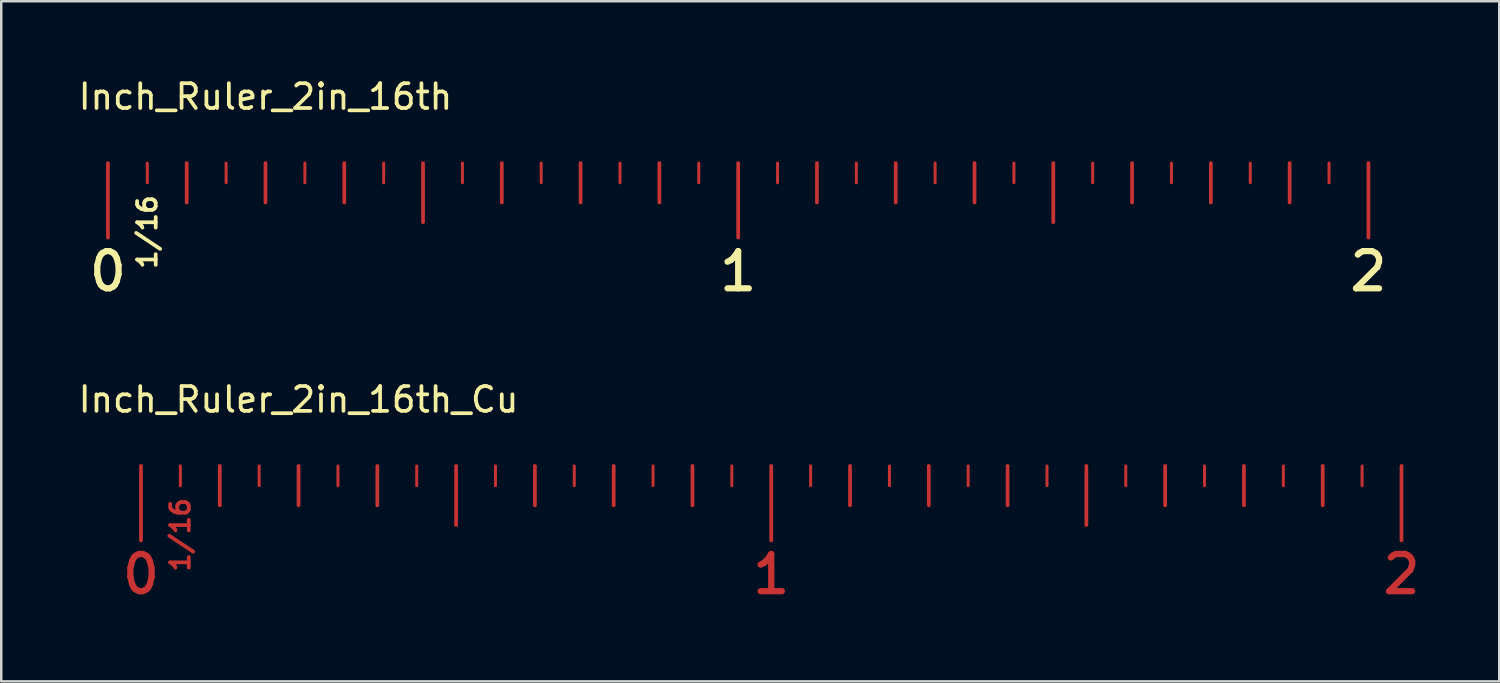
<source format=kicad_pcb>
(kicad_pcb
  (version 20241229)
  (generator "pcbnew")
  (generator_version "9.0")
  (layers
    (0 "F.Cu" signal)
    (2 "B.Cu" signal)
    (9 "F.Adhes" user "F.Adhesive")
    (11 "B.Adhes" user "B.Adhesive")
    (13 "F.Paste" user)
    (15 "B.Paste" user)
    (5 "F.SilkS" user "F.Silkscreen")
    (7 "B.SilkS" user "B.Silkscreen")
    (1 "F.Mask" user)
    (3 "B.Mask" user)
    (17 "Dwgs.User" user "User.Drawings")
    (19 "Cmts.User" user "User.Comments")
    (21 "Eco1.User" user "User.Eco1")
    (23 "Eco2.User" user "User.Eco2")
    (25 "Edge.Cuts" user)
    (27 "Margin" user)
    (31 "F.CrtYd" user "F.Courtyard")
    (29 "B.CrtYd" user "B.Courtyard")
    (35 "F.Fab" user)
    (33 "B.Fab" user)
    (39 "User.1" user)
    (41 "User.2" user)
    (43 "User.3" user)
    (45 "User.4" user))
  (footprint "Inch_Ruler_2in_16th"
    (layer "F.Cu")
    (at 1.299 3.523)
    (property "Reference" "Inch_Ruler_2in_16th" (at 6.35 -2.675 0) (layer "F.SilkS") (effects (font (size 1 1) (thickness 0.15))))
    (attr through_hole)
    (fp_line (start 0 0) (end 0 3) (stroke (width 0.15) (type solid)) (layer "F.Cu"))
    (fp_line (start 1.587 0) (end 1.587 0.794) (stroke (width 0.12) (type solid)) (layer "F.Cu"))
    (fp_line (start 3.175 0) (end 3.175 1.587) (stroke (width 0.15) (type solid)) (layer "F.Cu"))
    (fp_line (start 4.763 0) (end 4.763 0.794) (stroke (width 0.12) (type solid)) (layer "F.Cu"))
    (fp_line (start 6.35 0) (end 6.35 1.587) (stroke (width 0.15) (type solid)) (layer "F.Cu"))
    (fp_line (start 7.938 0) (end 7.938 0.794) (stroke (width 0.12) (type solid)) (layer "F.Cu"))
    (fp_line (start 9.525 0) (end 9.525 1.587) (stroke (width 0.15) (type solid)) (layer "F.Cu"))
    (fp_line (start 11.113 0) (end 11.113 0.794) (stroke (width 0.12) (type solid)) (layer "F.Cu"))
    (fp_line (start 12.7 0) (end 12.7 2.381) (stroke (width 0.15) (type solid)) (layer "F.Cu"))
    (fp_line (start 14.287 0) (end 14.287 0.794) (stroke (width 0.12) (type solid)) (layer "F.Cu"))
    (fp_line (start 15.875 0) (end 15.875 1.587) (stroke (width 0.15) (type solid)) (layer "F.Cu"))
    (fp_line (start 17.462 0) (end 17.462 0.794) (stroke (width 0.12) (type solid)) (layer "F.Cu"))
    (fp_line (start 19.05 0) (end 19.05 1.587) (stroke (width 0.15) (type solid)) (layer "F.Cu"))
    (fp_line (start 20.637 0) (end 20.637 0.794) (stroke (width 0.12) (type solid)) (layer "F.Cu"))
    (fp_line (start 22.225 0) (end 22.225 1.587) (stroke (width 0.15) (type solid)) (layer "F.Cu"))
    (fp_line (start 23.812 0) (end 23.812 0.794) (stroke (width 0.12) (type solid)) (layer "F.Cu"))
    (fp_line (start 25.4 0) (end 25.4 3) (stroke (width 0.15) (type solid)) (layer "F.Cu"))
    (fp_line (start 26.988 0) (end 26.988 0.794) (stroke (width 0.12) (type solid)) (layer "F.Cu"))
    (fp_line (start 28.575 0) (end 28.575 1.587) (stroke (width 0.15) (type solid)) (layer "F.Cu"))
    (fp_line (start 30.163 0) (end 30.163 0.794) (stroke (width 0.12) (type solid)) (layer "F.Cu"))
    (fp_line (start 31.75 0) (end 31.75 1.587) (stroke (width 0.15) (type solid)) (layer "F.Cu"))
    (fp_line (start 33.337 0) (end 33.337 0.794) (stroke (width 0.12) (type solid)) (layer "F.Cu"))
    (fp_line (start 34.925 0) (end 34.925 1.587) (stroke (width 0.15) (type solid)) (layer "F.Cu"))
    (fp_line (start 36.513 0) (end 36.513 0.794) (stroke (width 0.12) (type solid)) (layer "F.Cu"))
    (fp_line (start 38.1 0) (end 38.1 2.381) (stroke (width 0.15) (type solid)) (layer "F.Cu"))
    (fp_line (start 39.688 0) (end 39.688 0.794) (stroke (width 0.12) (type solid)) (layer "F.Cu"))
    (fp_line (start 41.275 0) (end 41.275 1.587) (stroke (width 0.15) (type solid)) (layer "F.Cu"))
    (fp_line (start 42.862 0) (end 42.862 0.794) (stroke (width 0.12) (type solid)) (layer "F.Cu"))
    (fp_line (start 44.45 0) (end 44.45 1.587) (stroke (width 0.15) (type solid)) (layer "F.Cu"))
    (fp_line (start 46.038 0) (end 46.038 0.794) (stroke (width 0.12) (type solid)) (layer "F.Cu"))
    (fp_line (start 47.625 0) (end 47.625 1.587) (stroke (width 0.15) (type solid)) (layer "F.Cu"))
    (fp_line (start 49.212 0) (end 49.212 0.794) (stroke (width 0.12) (type solid)) (layer "F.Cu"))
    (fp_line (start 50.8 0) (end 50.8 3) (stroke (width 0.15) (type solid)) (layer "F.Cu"))
    (fp_line (start 0 0) (end 0 3) (stroke (width 0.15) (type solid)) (layer "F.Mask"))
    (fp_line (start 1.587 0) (end 1.587 0.794) (stroke (width 0.15) (type solid)) (layer "F.Mask"))
    (fp_line (start 3.175 0) (end 3.175 1.587) (stroke (width 0.15) (type solid)) (layer "F.Mask"))
    (fp_line (start 4.763 0) (end 4.763 0.794) (stroke (width 0.12) (type solid)) (layer "F.Mask"))
    (fp_line (start 6.35 0) (end 6.35 1.587) (stroke (width 0.15) (type solid)) (layer "F.Mask"))
    (fp_line (start 7.938 0) (end 7.938 0.794) (stroke (width 0.12) (type solid)) (layer "F.Mask"))
    (fp_line (start 9.525 0) (end 9.525 1.587) (stroke (width 0.15) (type solid)) (layer "F.Mask"))
    (fp_line (start 11.113 0) (end 11.113 0.794) (stroke (width 0.12) (type solid)) (layer "F.Mask"))
    (fp_line (start 12.7 0) (end 12.7 2.381) (stroke (width 0.15) (type solid)) (layer "F.Mask"))
    (fp_line (start 14.287 0) (end 14.287 0.794) (stroke (width 0.12) (type solid)) (layer "F.Mask"))
    (fp_line (start 15.875 0) (end 15.875 1.587) (stroke (width 0.15) (type solid)) (layer "F.Mask"))
    (fp_line (start 17.462 0) (end 17.462 0.794) (stroke (width 0.12) (type solid)) (layer "F.Mask"))
    (fp_line (start 19.05 0) (end 19.05 1.587) (stroke (width 0.15) (type solid)) (layer "F.Mask"))
    (fp_line (start 20.637 0) (end 20.637 0.794) (stroke (width 0.12) (type solid)) (layer "F.Mask"))
    (fp_line (start 22.225 0) (end 22.225 1.587) (stroke (width 0.15) (type solid)) (layer "F.Mask"))
    (fp_line (start 23.812 0) (end 23.812 0.794) (stroke (width 0.12) (type solid)) (layer "F.Mask"))
    (fp_line (start 25.4 0) (end 25.4 3) (stroke (width 0.15) (type solid)) (layer "F.Mask"))
    (fp_line (start 26.988 0) (end 26.988 0.794) (stroke (width 0.12) (type solid)) (layer "F.Mask"))
    (fp_line (start 28.575 0) (end 28.575 1.587) (stroke (width 0.15) (type solid)) (layer "F.Mask"))
    (fp_line (start 30.163 0) (end 30.163 0.794) (stroke (width 0.12) (type solid)) (layer "F.Mask"))
    (fp_line (start 31.75 0) (end 31.75 1.587) (stroke (width 0.15) (type solid)) (layer "F.Mask"))
    (fp_line (start 33.337 0) (end 33.337 0.794) (stroke (width 0.12) (type solid)) (layer "F.Mask"))
    (fp_line (start 34.925 0) (end 34.925 1.587) (stroke (width 0.15) (type solid)) (layer "F.Mask"))
    (fp_line (start 36.513 0) (end 36.513 0.794) (stroke (width 0.12) (type solid)) (layer "F.Mask"))
    (fp_line (start 38.1 0) (end 38.1 2.381) (stroke (width 0.15) (type solid)) (layer "F.Mask"))
    (fp_line (start 39.688 0) (end 39.688 0.794) (stroke (width 0.12) (type solid)) (layer "F.Mask"))
    (fp_line (start 41.275 0) (end 41.275 1.587) (stroke (width 0.15) (type solid)) (layer "F.Mask"))
    (fp_line (start 42.862 0) (end 42.862 0.794) (stroke (width 0.12) (type solid)) (layer "F.Mask"))
    (fp_line (start 44.45 0) (end 44.45 1.587) (stroke (width 0.15) (type solid)) (layer "F.Mask"))
    (fp_line (start 46.038 0) (end 46.038 0.794) (stroke (width 0.12) (type solid)) (layer "F.Mask"))
    (fp_line (start 47.625 0) (end 47.625 1.587) (stroke (width 0.15) (type solid)) (layer "F.Mask"))
    (fp_line (start 49.212 0) (end 49.212 0.794) (stroke (width 0.12) (type solid)) (layer "F.Mask"))
    (fp_line (start 50.8 0) (end 50.8 3) (stroke (width 0.15) (type solid)) (layer "F.Mask"))
    (fp_text user "1" (at 25.4 4.366 0) (layer "F.SilkS") (effects (font (size 1.5 1.5) (thickness 0.25))))
    (fp_text user "0" (at 0 4.366 0) (layer "F.SilkS") (effects (font (size 1.5 1.5) (thickness 0.25))))
    (fp_text user "2" (at 50.8 4.366 0) (layer "F.SilkS") (effects (font (size 1.5 1.5) (thickness 0.25))))
    (fp_text user "1/16" (at 1.587 2.778 90) (layer "F.SilkS") (effects (font (size 0.75 0.75) (thickness 0.15)))))
  (footprint "Inch_Ruler_2in_16th_Cu"
    (layer "F.Cu")
    (at 2.632 15.728)
    (property "Reference" "Inch_Ruler_2in_16th_Cu" (at 6.35 -2.675 0) (layer "F.SilkS") (effects (font (size 1 1) (thickness 0.15))))
    (attr through_hole)
    (fp_line (start 0 0) (end 0 3) (stroke (width 0.15) (type solid)) (layer "F.Cu"))
    (fp_line (start 1.587 0) (end 1.587 0.794) (stroke (width 0.12) (type solid)) (layer "F.Cu"))
    (fp_line (start 3.175 0) (end 3.175 1.587) (stroke (width 0.15) (type solid)) (layer "F.Cu"))
    (fp_line (start 4.763 0) (end 4.763 0.794) (stroke (width 0.12) (type solid)) (layer "F.Cu"))
    (fp_line (start 6.35 0) (end 6.35 1.587) (stroke (width 0.15) (type solid)) (layer "F.Cu"))
    (fp_line (start 7.938 0) (end 7.938 0.794) (stroke (width 0.12) (type solid)) (layer "F.Cu"))
    (fp_line (start 9.525 0) (end 9.525 1.587) (stroke (width 0.15) (type solid)) (layer "F.Cu"))
    (fp_line (start 11.113 0) (end 11.113 0.794) (stroke (width 0.12) (type solid)) (layer "F.Cu"))
    (fp_line (start 12.7 0) (end 12.7 2.381) (stroke (width 0.15) (type solid)) (layer "F.Cu"))
    (fp_line (start 14.287 0) (end 14.287 0.794) (stroke (width 0.12) (type solid)) (layer "F.Cu"))
    (fp_line (start 15.875 0) (end 15.875 1.587) (stroke (width 0.15) (type solid)) (layer "F.Cu"))
    (fp_line (start 17.462 0) (end 17.462 0.794) (stroke (width 0.12) (type solid)) (layer "F.Cu"))
    (fp_line (start 19.05 0) (end 19.05 1.587) (stroke (width 0.15) (type solid)) (layer "F.Cu"))
    (fp_line (start 20.637 0) (end 20.637 0.794) (stroke (width 0.12) (type solid)) (layer "F.Cu"))
    (fp_line (start 22.225 0) (end 22.225 1.587) (stroke (width 0.15) (type solid)) (layer "F.Cu"))
    (fp_line (start 23.812 0) (end 23.812 0.794) (stroke (width 0.12) (type solid)) (layer "F.Cu"))
    (fp_line (start 25.4 0) (end 25.4 3) (stroke (width 0.15) (type solid)) (layer "F.Cu"))
    (fp_line (start 26.988 0) (end 26.988 0.794) (stroke (width 0.12) (type solid)) (layer "F.Cu"))
    (fp_line (start 28.575 0) (end 28.575 1.587) (stroke (width 0.15) (type solid)) (layer "F.Cu"))
    (fp_line (start 30.163 0) (end 30.163 0.794) (stroke (width 0.12) (type solid)) (layer "F.Cu"))
    (fp_line (start 31.75 0) (end 31.75 1.587) (stroke (width 0.15) (type solid)) (layer "F.Cu"))
    (fp_line (start 33.337 0) (end 33.337 0.794) (stroke (width 0.12) (type solid)) (layer "F.Cu"))
    (fp_line (start 34.925 0) (end 34.925 1.587) (stroke (width 0.15) (type solid)) (layer "F.Cu"))
    (fp_line (start 36.513 0) (end 36.513 0.794) (stroke (width 0.12) (type solid)) (layer "F.Cu"))
    (fp_line (start 38.1 0) (end 38.1 2.381) (stroke (width 0.15) (type solid)) (layer "F.Cu"))
    (fp_line (start 39.688 0) (end 39.688 0.794) (stroke (width 0.12) (type solid)) (layer "F.Cu"))
    (fp_line (start 41.275 0) (end 41.275 1.587) (stroke (width 0.15) (type solid)) (layer "F.Cu"))
    (fp_line (start 42.862 0) (end 42.862 0.794) (stroke (width 0.12) (type solid)) (layer "F.Cu"))
    (fp_line (start 44.45 0) (end 44.45 1.587) (stroke (width 0.15) (type solid)) (layer "F.Cu"))
    (fp_line (start 46.038 0) (end 46.038 0.794) (stroke (width 0.12) (type solid)) (layer "F.Cu"))
    (fp_line (start 47.625 0) (end 47.625 1.587) (stroke (width 0.15) (type solid)) (layer "F.Cu"))
    (fp_line (start 49.212 0) (end 49.212 0.794) (stroke (width 0.12) (type solid)) (layer "F.Cu"))
    (fp_line (start 50.8 0) (end 50.8 3) (stroke (width 0.15) (type solid)) (layer "F.Cu"))
    (fp_line (start 0 0) (end 0 3) (stroke (width 0.15) (type solid)) (layer "F.Mask"))
    (fp_line (start 1.587 0) (end 1.587 0.794) (stroke (width 0.15) (type solid)) (layer "F.Mask"))
    (fp_line (start 3.175 0) (end 3.175 1.587) (stroke (width 0.15) (type solid)) (layer "F.Mask"))
    (fp_line (start 4.763 0) (end 4.763 0.794) (stroke (width 0.12) (type solid)) (layer "F.Mask"))
    (fp_line (start 6.35 0) (end 6.35 1.587) (stroke (width 0.15) (type solid)) (layer "F.Mask"))
    (fp_line (start 7.938 0) (end 7.938 0.794) (stroke (width 0.12) (type solid)) (layer "F.Mask"))
    (fp_line (start 9.525 0) (end 9.525 1.587) (stroke (width 0.15) (type solid)) (layer "F.Mask"))
    (fp_line (start 11.113 0) (end 11.113 0.794) (stroke (width 0.12) (type solid)) (layer "F.Mask"))
    (fp_line (start 12.7 0) (end 12.7 2.381) (stroke (width 0.15) (type solid)) (layer "F.Mask"))
    (fp_line (start 14.287 0) (end 14.287 0.794) (stroke (width 0.12) (type solid)) (layer "F.Mask"))
    (fp_line (start 15.875 0) (end 15.875 1.587) (stroke (width 0.15) (type solid)) (layer "F.Mask"))
    (fp_line (start 17.462 0) (end 17.462 0.794) (stroke (width 0.12) (type solid)) (layer "F.Mask"))
    (fp_line (start 19.05 0) (end 19.05 1.587) (stroke (width 0.15) (type solid)) (layer "F.Mask"))
    (fp_line (start 20.637 0) (end 20.637 0.794) (stroke (width 0.12) (type solid)) (layer "F.Mask"))
    (fp_line (start 22.225 0) (end 22.225 1.587) (stroke (width 0.15) (type solid)) (layer "F.Mask"))
    (fp_line (start 23.812 0) (end 23.812 0.794) (stroke (width 0.12) (type solid)) (layer "F.Mask"))
    (fp_line (start 25.4 0) (end 25.4 3) (stroke (width 0.15) (type solid)) (layer "F.Mask"))
    (fp_line (start 26.988 0) (end 26.988 0.794) (stroke (width 0.12) (type solid)) (layer "F.Mask"))
    (fp_line (start 28.575 0) (end 28.575 1.587) (stroke (width 0.15) (type solid)) (layer "F.Mask"))
    (fp_line (start 30.163 0) (end 30.163 0.794) (stroke (width 0.12) (type solid)) (layer "F.Mask"))
    (fp_line (start 31.75 0) (end 31.75 1.587) (stroke (width 0.15) (type solid)) (layer "F.Mask"))
    (fp_line (start 33.337 0) (end 33.337 0.794) (stroke (width 0.12) (type solid)) (layer "F.Mask"))
    (fp_line (start 34.925 0) (end 34.925 1.587) (stroke (width 0.15) (type solid)) (layer "F.Mask"))
    (fp_line (start 36.513 0) (end 36.513 0.794) (stroke (width 0.12) (type solid)) (layer "F.Mask"))
    (fp_line (start 38.1 0) (end 38.1 2.381) (stroke (width 0.15) (type solid)) (layer "F.Mask"))
    (fp_line (start 39.688 0) (end 39.688 0.794) (stroke (width 0.12) (type solid)) (layer "F.Mask"))
    (fp_line (start 41.275 0) (end 41.275 1.587) (stroke (width 0.15) (type solid)) (layer "F.Mask"))
    (fp_line (start 42.862 0) (end 42.862 0.794) (stroke (width 0.12) (type solid)) (layer "F.Mask"))
    (fp_line (start 44.45 0) (end 44.45 1.587) (stroke (width 0.15) (type solid)) (layer "F.Mask"))
    (fp_line (start 46.038 0) (end 46.038 0.794) (stroke (width 0.12) (type solid)) (layer "F.Mask"))
    (fp_line (start 47.625 0) (end 47.625 1.587) (stroke (width 0.15) (type solid)) (layer "F.Mask"))
    (fp_line (start 49.212 0) (end 49.212 0.794) (stroke (width 0.12) (type solid)) (layer "F.Mask"))
    (fp_line (start 50.8 0) (end 50.8 3) (stroke (width 0.15) (type solid)) (layer "F.Mask"))
    (fp_text user "1" (at 25.4 4.366 0) (layer "F.Cu") (effects (font (size 1.5 1.5) (thickness 0.25))))
    (fp_text user "2" (at 50.8 4.366 0) (layer "F.Cu") (effects (font (size 1.5 1.5) (thickness 0.25))))
    (fp_text user "1/16" (at 1.587 2.778 90) (layer "F.Cu") (effects (font (size 0.75 0.75) (thickness 0.15))))
    (fp_text user "0" (at 0 4.366 0) (layer "F.Cu") (effects (font (size 1.5 1.5) (thickness 0.25)))))
  (gr_rect
    (start -3 -3)
    (end 57.371 24.41)
    (stroke (width 0.1) (type default))
    (fill no)
    (layer "Edge.Cuts")))
</source>
